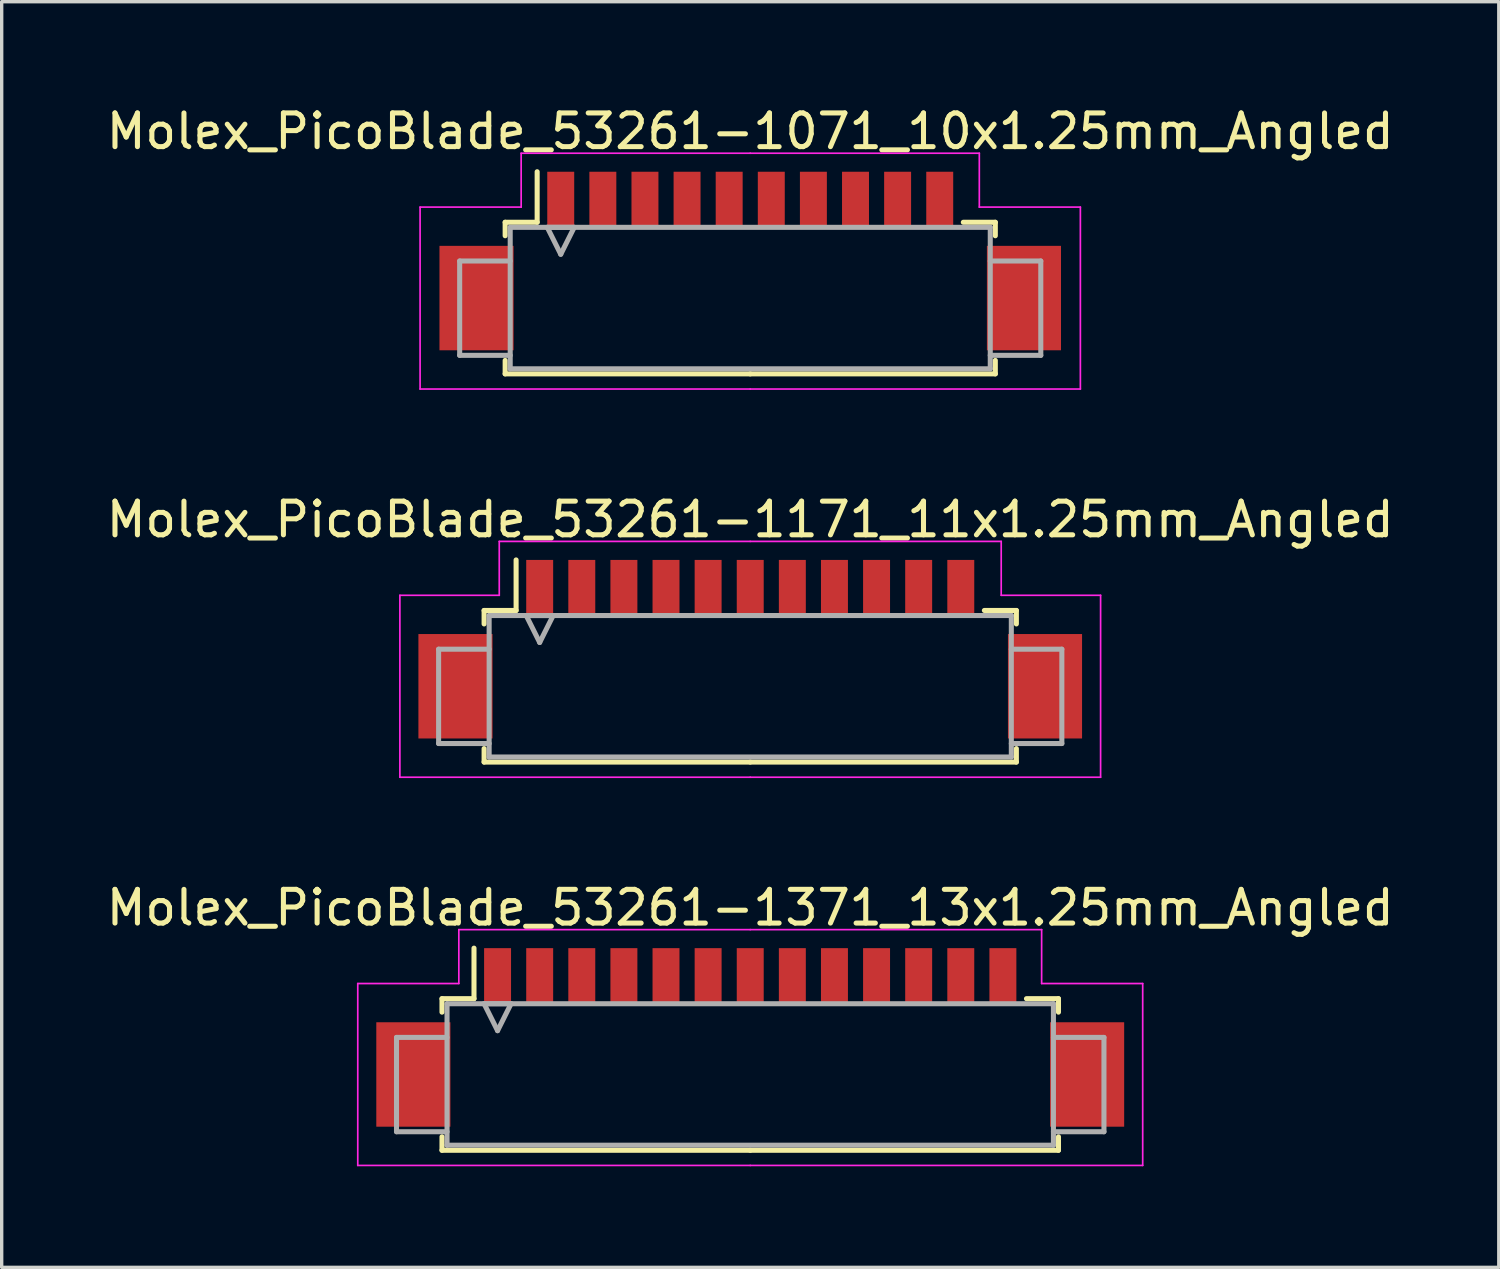
<source format=kicad_pcb>
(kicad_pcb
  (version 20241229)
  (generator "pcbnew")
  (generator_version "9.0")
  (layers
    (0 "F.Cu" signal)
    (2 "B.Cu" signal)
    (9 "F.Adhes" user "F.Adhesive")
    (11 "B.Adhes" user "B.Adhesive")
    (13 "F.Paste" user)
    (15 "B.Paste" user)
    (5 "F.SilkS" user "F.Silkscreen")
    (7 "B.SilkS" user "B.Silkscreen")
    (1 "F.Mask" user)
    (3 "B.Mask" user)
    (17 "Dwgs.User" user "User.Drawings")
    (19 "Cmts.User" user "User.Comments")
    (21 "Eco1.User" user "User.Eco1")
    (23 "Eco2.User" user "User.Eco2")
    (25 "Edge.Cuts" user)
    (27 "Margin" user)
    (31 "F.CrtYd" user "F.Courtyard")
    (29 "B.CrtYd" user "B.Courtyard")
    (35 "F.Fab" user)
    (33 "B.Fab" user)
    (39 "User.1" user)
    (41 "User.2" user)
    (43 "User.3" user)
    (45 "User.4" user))
  (footprint "Molex_PicoBlade_53261-1171_11x1.25mm_Angled"
    (layer "F.Cu")
    (at 19.22 15.871)
    (property "Reference" "Molex_PicoBlade_53261-1171_11x1.25mm_Angled" (at 0 -3.5 0) (layer "F.SilkS") (effects (font (size 1 1) (thickness 0.15))))
    (attr smd)
    (fp_line (start -7.9 -0.8) (end -7.9 -0.4) (stroke (width 0.15) (type solid)) (layer "F.SilkS"))
    (fp_line (start -7.9 3.3) (end -7.9 3.7) (stroke (width 0.15) (type solid)) (layer "F.SilkS"))
    (fp_line (start -7.9 3.7) (end 0 3.7) (stroke (width 0.15) (type solid)) (layer "F.SilkS"))
    (fp_line (start -6.95 -0.8) (end -7.9 -0.8) (stroke (width 0.15) (type solid)) (layer "F.SilkS"))
    (fp_line (start -6.95 -0.8) (end -6.95 -2.3) (stroke (width 0.15) (type solid)) (layer "F.SilkS"))
    (fp_line (start 6.95 -0.8) (end 7.9 -0.8) (stroke (width 0.15) (type solid)) (layer "F.SilkS"))
    (fp_line (start 7.9 -0.8) (end 7.9 -0.4) (stroke (width 0.15) (type solid)) (layer "F.SilkS"))
    (fp_line (start 7.9 3.3) (end 7.9 3.7) (stroke (width 0.15) (type solid)) (layer "F.SilkS"))
    (fp_line (start 7.9 3.7) (end 0 3.7) (stroke (width 0.15) (type solid)) (layer "F.SilkS"))
    (fp_line (start -10.4 -1.25) (end -10.4 4.15) (stroke (width 0.05) (type solid)) (layer "F.CrtYd"))
    (fp_line (start -10.4 4.15) (end 0 4.15) (stroke (width 0.05) (type solid)) (layer "F.CrtYd"))
    (fp_line (start -7.45 -2.85) (end -7.45 -1.25) (stroke (width 0.05) (type solid)) (layer "F.CrtYd"))
    (fp_line (start -7.45 -1.25) (end -10.4 -1.25) (stroke (width 0.05) (type solid)) (layer "F.CrtYd"))
    (fp_line (start 0 -2.85) (end -7.45 -2.85) (stroke (width 0.05) (type solid)) (layer "F.CrtYd"))
    (fp_line (start 0 -2.85) (end 7.45 -2.85) (stroke (width 0.05) (type solid)) (layer "F.CrtYd"))
    (fp_line (start 7.45 -2.85) (end 7.45 -1.25) (stroke (width 0.05) (type solid)) (layer "F.CrtYd"))
    (fp_line (start 7.45 -1.25) (end 10.4 -1.25) (stroke (width 0.05) (type solid)) (layer "F.CrtYd"))
    (fp_line (start 10.4 -1.25) (end 10.4 4.15) (stroke (width 0.05) (type solid)) (layer "F.CrtYd"))
    (fp_line (start 10.4 4.15) (end 0 4.15) (stroke (width 0.05) (type solid)) (layer "F.CrtYd"))
    (fp_line (start -9.25 0.35) (end -9.25 3.15) (stroke (width 0.15) (type solid)) (layer "F.Fab"))
    (fp_line (start -9.25 3.15) (end -7.75 3.15) (stroke (width 0.15) (type solid)) (layer "F.Fab"))
    (fp_line (start -7.75 -0.65) (end 7.75 -0.65) (stroke (width 0.15) (type solid)) (layer "F.Fab"))
    (fp_line (start -7.75 0.35) (end -9.25 0.35) (stroke (width 0.15) (type solid)) (layer "F.Fab"))
    (fp_line (start -7.75 3.55) (end -7.75 -0.65) (stroke (width 0.15) (type solid)) (layer "F.Fab"))
    (fp_line (start -6.65 -0.65) (end -6.25 0.15) (stroke (width 0.15) (type solid)) (layer "F.Fab"))
    (fp_line (start -6.25 0.15) (end -5.85 -0.65) (stroke (width 0.15) (type solid)) (layer "F.Fab"))
    (fp_line (start -5.85 -0.65) (end -6.65 -0.65) (stroke (width 0.15) (type solid)) (layer "F.Fab"))
    (fp_line (start 7.75 -0.65) (end 7.75 3.55) (stroke (width 0.15) (type solid)) (layer "F.Fab"))
    (fp_line (start 7.75 0.35) (end 9.25 0.35) (stroke (width 0.15) (type solid)) (layer "F.Fab"))
    (fp_line (start 7.75 3.55) (end -7.75 3.55) (stroke (width 0.15) (type solid)) (layer "F.Fab"))
    (fp_line (start 9.25 0.35) (end 9.25 3.15) (stroke (width 0.15) (type solid)) (layer "F.Fab"))
    (fp_line (start 9.25 3.15) (end 7.75 3.15) (stroke (width 0.15) (type solid)) (layer "F.Fab"))
    (pad "" smd rect (at -8.75 1.45) (size 2.2 3.1) (layers "F.Cu" "F.Mask" "F.Paste"))
    (pad "" smd rect (at 8.75 1.45) (size 2.2 3.1) (layers "F.Cu" "F.Mask" "F.Paste"))
    (pad "1" smd rect (at -6.25 -1.45) (size 0.8 1.7) (layers "F.Cu" "F.Mask" "F.Paste"))
    (pad "2" smd rect (at -5 -1.45) (size 0.8 1.7) (layers "F.Cu" "F.Mask" "F.Paste"))
    (pad "3" smd rect (at -3.75 -1.45) (size 0.8 1.7) (layers "F.Cu" "F.Mask" "F.Paste"))
    (pad "4" smd rect (at -2.5 -1.45) (size 0.8 1.7) (layers "F.Cu" "F.Mask" "F.Paste"))
    (pad "5" smd rect (at -1.25 -1.45) (size 0.8 1.7) (layers "F.Cu" "F.Mask" "F.Paste"))
    (pad "6" smd rect (at 0 -1.45) (size 0.8 1.7) (layers "F.Cu" "F.Mask" "F.Paste"))
    (pad "7" smd rect (at 1.25 -1.45) (size 0.8 1.7) (layers "F.Cu" "F.Mask" "F.Paste"))
    (pad "8" smd rect (at 2.5 -1.45) (size 0.8 1.7) (layers "F.Cu" "F.Mask" "F.Paste"))
    (pad "9" smd rect (at 3.75 -1.45) (size 0.8 1.7) (layers "F.Cu" "F.Mask" "F.Paste"))
    (pad "10" smd rect (at 5 -1.45) (size 0.8 1.7) (layers "F.Cu" "F.Mask" "F.Paste"))
    (pad "11" smd rect (at 6.25 -1.45) (size 0.8 1.7) (layers "F.Cu" "F.Mask" "F.Paste")))
  (footprint "Molex_PicoBlade_53261-1071_10x1.25mm_Angled"
    (layer "F.Cu")
    (at 19.22 4.348)
    (property "Reference" "Molex_PicoBlade_53261-1071_10x1.25mm_Angled" (at 0 -3.5 0) (layer "F.SilkS") (effects (font (size 1 1) (thickness 0.15))))
    (attr smd)
    (fp_line (start -7.275 -0.8) (end -7.275 -0.4) (stroke (width 0.15) (type solid)) (layer "F.SilkS"))
    (fp_line (start -7.275 3.3) (end -7.275 3.7) (stroke (width 0.15) (type solid)) (layer "F.SilkS"))
    (fp_line (start -7.275 3.7) (end 0 3.7) (stroke (width 0.15) (type solid)) (layer "F.SilkS"))
    (fp_line (start -6.325 -0.8) (end -7.275 -0.8) (stroke (width 0.15) (type solid)) (layer "F.SilkS"))
    (fp_line (start -6.325 -0.8) (end -6.325 -2.3) (stroke (width 0.15) (type solid)) (layer "F.SilkS"))
    (fp_line (start 6.325 -0.8) (end 7.275 -0.8) (stroke (width 0.15) (type solid)) (layer "F.SilkS"))
    (fp_line (start 7.275 -0.8) (end 7.275 -0.4) (stroke (width 0.15) (type solid)) (layer "F.SilkS"))
    (fp_line (start 7.275 3.3) (end 7.275 3.7) (stroke (width 0.15) (type solid)) (layer "F.SilkS"))
    (fp_line (start 7.275 3.7) (end 0 3.7) (stroke (width 0.15) (type solid)) (layer "F.SilkS"))
    (fp_line (start -9.8 -1.25) (end -9.8 4.15) (stroke (width 0.05) (type solid)) (layer "F.CrtYd"))
    (fp_line (start -9.8 4.15) (end 0 4.15) (stroke (width 0.05) (type solid)) (layer "F.CrtYd"))
    (fp_line (start -6.8 -2.85) (end -6.8 -1.25) (stroke (width 0.05) (type solid)) (layer "F.CrtYd"))
    (fp_line (start -6.8 -1.25) (end -9.8 -1.25) (stroke (width 0.05) (type solid)) (layer "F.CrtYd"))
    (fp_line (start 0 -2.85) (end -6.8 -2.85) (stroke (width 0.05) (type solid)) (layer "F.CrtYd"))
    (fp_line (start 0 -2.85) (end 6.8 -2.85) (stroke (width 0.05) (type solid)) (layer "F.CrtYd"))
    (fp_line (start 6.8 -2.85) (end 6.8 -1.25) (stroke (width 0.05) (type solid)) (layer "F.CrtYd"))
    (fp_line (start 6.8 -1.25) (end 9.8 -1.25) (stroke (width 0.05) (type solid)) (layer "F.CrtYd"))
    (fp_line (start 9.8 -1.25) (end 9.8 4.15) (stroke (width 0.05) (type solid)) (layer "F.CrtYd"))
    (fp_line (start 9.8 4.15) (end 0 4.15) (stroke (width 0.05) (type solid)) (layer "F.CrtYd"))
    (fp_line (start -8.625 0.35) (end -8.625 3.15) (stroke (width 0.15) (type solid)) (layer "F.Fab"))
    (fp_line (start -8.625 3.15) (end -7.125 3.15) (stroke (width 0.15) (type solid)) (layer "F.Fab"))
    (fp_line (start -7.125 -0.65) (end 7.125 -0.65) (stroke (width 0.15) (type solid)) (layer "F.Fab"))
    (fp_line (start -7.125 0.35) (end -8.625 0.35) (stroke (width 0.15) (type solid)) (layer "F.Fab"))
    (fp_line (start -7.125 3.55) (end -7.125 -0.65) (stroke (width 0.15) (type solid)) (layer "F.Fab"))
    (fp_line (start -6.025 -0.65) (end -5.625 0.15) (stroke (width 0.15) (type solid)) (layer "F.Fab"))
    (fp_line (start -5.625 0.15) (end -5.225 -0.65) (stroke (width 0.15) (type solid)) (layer "F.Fab"))
    (fp_line (start -5.225 -0.65) (end -6.025 -0.65) (stroke (width 0.15) (type solid)) (layer "F.Fab"))
    (fp_line (start 7.125 -0.65) (end 7.125 3.55) (stroke (width 0.15) (type solid)) (layer "F.Fab"))
    (fp_line (start 7.125 0.35) (end 8.625 0.35) (stroke (width 0.15) (type solid)) (layer "F.Fab"))
    (fp_line (start 7.125 3.55) (end -7.125 3.55) (stroke (width 0.15) (type solid)) (layer "F.Fab"))
    (fp_line (start 8.625 0.35) (end 8.625 3.15) (stroke (width 0.15) (type solid)) (layer "F.Fab"))
    (fp_line (start 8.625 3.15) (end 7.125 3.15) (stroke (width 0.15) (type solid)) (layer "F.Fab"))
    (pad "" smd rect (at -8.125 1.45) (size 2.2 3.1) (layers "F.Cu" "F.Mask" "F.Paste"))
    (pad "" smd rect (at 8.125 1.45) (size 2.2 3.1) (layers "F.Cu" "F.Mask" "F.Paste"))
    (pad "1" smd rect (at -5.625 -1.45) (size 0.8 1.7) (layers "F.Cu" "F.Mask" "F.Paste"))
    (pad "2" smd rect (at -4.375 -1.45) (size 0.8 1.7) (layers "F.Cu" "F.Mask" "F.Paste"))
    (pad "3" smd rect (at -3.125 -1.45) (size 0.8 1.7) (layers "F.Cu" "F.Mask" "F.Paste"))
    (pad "4" smd rect (at -1.875 -1.45) (size 0.8 1.7) (layers "F.Cu" "F.Mask" "F.Paste"))
    (pad "5" smd rect (at -0.625 -1.45) (size 0.8 1.7) (layers "F.Cu" "F.Mask" "F.Paste"))
    (pad "6" smd rect (at 0.625 -1.45) (size 0.8 1.7) (layers "F.Cu" "F.Mask" "F.Paste"))
    (pad "7" smd rect (at 1.875 -1.45) (size 0.8 1.7) (layers "F.Cu" "F.Mask" "F.Paste"))
    (pad "8" smd rect (at 3.125 -1.45) (size 0.8 1.7) (layers "F.Cu" "F.Mask" "F.Paste"))
    (pad "9" smd rect (at 4.375 -1.45) (size 0.8 1.7) (layers "F.Cu" "F.Mask" "F.Paste"))
    (pad "10" smd rect (at 5.625 -1.45) (size 0.8 1.7) (layers "F.Cu" "F.Mask" "F.Paste")))
  (footprint "Molex_PicoBlade_53261-1371_13x1.25mm_Angled"
    (layer "F.Cu")
    (at 19.22 27.395)
    (property "Reference" "Molex_PicoBlade_53261-1371_13x1.25mm_Angled" (at 0 -3.5 0) (layer "F.SilkS") (effects (font (size 1 1) (thickness 0.15))))
    (attr smd)
    (fp_line (start -9.15 -0.8) (end -9.15 -0.4) (stroke (width 0.15) (type solid)) (layer "F.SilkS"))
    (fp_line (start -9.15 3.3) (end -9.15 3.7) (stroke (width 0.15) (type solid)) (layer "F.SilkS"))
    (fp_line (start -9.15 3.7) (end 0 3.7) (stroke (width 0.15) (type solid)) (layer "F.SilkS"))
    (fp_line (start -8.2 -0.8) (end -9.15 -0.8) (stroke (width 0.15) (type solid)) (layer "F.SilkS"))
    (fp_line (start -8.2 -0.8) (end -8.2 -2.3) (stroke (width 0.15) (type solid)) (layer "F.SilkS"))
    (fp_line (start 8.2 -0.8) (end 9.15 -0.8) (stroke (width 0.15) (type solid)) (layer "F.SilkS"))
    (fp_line (start 9.15 -0.8) (end 9.15 -0.4) (stroke (width 0.15) (type solid)) (layer "F.SilkS"))
    (fp_line (start 9.15 3.3) (end 9.15 3.7) (stroke (width 0.15) (type solid)) (layer "F.SilkS"))
    (fp_line (start 9.15 3.7) (end 0 3.7) (stroke (width 0.15) (type solid)) (layer "F.SilkS"))
    (fp_line (start -11.65 -1.25) (end -11.65 4.15) (stroke (width 0.05) (type solid)) (layer "F.CrtYd"))
    (fp_line (start -11.65 4.15) (end 0 4.15) (stroke (width 0.05) (type solid)) (layer "F.CrtYd"))
    (fp_line (start -8.65 -2.85) (end -8.65 -1.25) (stroke (width 0.05) (type solid)) (layer "F.CrtYd"))
    (fp_line (start -8.65 -1.25) (end -11.65 -1.25) (stroke (width 0.05) (type solid)) (layer "F.CrtYd"))
    (fp_line (start 0 -2.85) (end -8.65 -2.85) (stroke (width 0.05) (type solid)) (layer "F.CrtYd"))
    (fp_line (start 0 -2.85) (end 8.65 -2.85) (stroke (width 0.05) (type solid)) (layer "F.CrtYd"))
    (fp_line (start 8.65 -2.85) (end 8.65 -1.25) (stroke (width 0.05) (type solid)) (layer "F.CrtYd"))
    (fp_line (start 8.65 -1.25) (end 11.65 -1.25) (stroke (width 0.05) (type solid)) (layer "F.CrtYd"))
    (fp_line (start 11.65 -1.25) (end 11.65 4.15) (stroke (width 0.05) (type solid)) (layer "F.CrtYd"))
    (fp_line (start 11.65 4.15) (end 0 4.15) (stroke (width 0.05) (type solid)) (layer "F.CrtYd"))
    (fp_line (start -10.5 0.35) (end -10.5 3.15) (stroke (width 0.15) (type solid)) (layer "F.Fab"))
    (fp_line (start -10.5 3.15) (end -9 3.15) (stroke (width 0.15) (type solid)) (layer "F.Fab"))
    (fp_line (start -9 -0.65) (end 9 -0.65) (stroke (width 0.15) (type solid)) (layer "F.Fab"))
    (fp_line (start -9 0.35) (end -10.5 0.35) (stroke (width 0.15) (type solid)) (layer "F.Fab"))
    (fp_line (start -9 3.55) (end -9 -0.65) (stroke (width 0.15) (type solid)) (layer "F.Fab"))
    (fp_line (start -7.9 -0.65) (end -7.5 0.15) (stroke (width 0.15) (type solid)) (layer "F.Fab"))
    (fp_line (start -7.5 0.15) (end -7.1 -0.65) (stroke (width 0.15) (type solid)) (layer "F.Fab"))
    (fp_line (start -7.1 -0.65) (end -7.9 -0.65) (stroke (width 0.15) (type solid)) (layer "F.Fab"))
    (fp_line (start 9 -0.65) (end 9 3.55) (stroke (width 0.15) (type solid)) (layer "F.Fab"))
    (fp_line (start 9 0.35) (end 10.5 0.35) (stroke (width 0.15) (type solid)) (layer "F.Fab"))
    (fp_line (start 9 3.55) (end -9 3.55) (stroke (width 0.15) (type solid)) (layer "F.Fab"))
    (fp_line (start 10.5 0.35) (end 10.5 3.15) (stroke (width 0.15) (type solid)) (layer "F.Fab"))
    (fp_line (start 10.5 3.15) (end 9 3.15) (stroke (width 0.15) (type solid)) (layer "F.Fab"))
    (pad "" smd rect (at -10 1.45) (size 2.2 3.1) (layers "F.Cu" "F.Mask" "F.Paste"))
    (pad "" smd rect (at 10 1.45) (size 2.2 3.1) (layers "F.Cu" "F.Mask" "F.Paste"))
    (pad "1" smd rect (at -7.5 -1.45) (size 0.8 1.7) (layers "F.Cu" "F.Mask" "F.Paste"))
    (pad "2" smd rect (at -6.25 -1.45) (size 0.8 1.7) (layers "F.Cu" "F.Mask" "F.Paste"))
    (pad "3" smd rect (at -5 -1.45) (size 0.8 1.7) (layers "F.Cu" "F.Mask" "F.Paste"))
    (pad "4" smd rect (at -3.75 -1.45) (size 0.8 1.7) (layers "F.Cu" "F.Mask" "F.Paste"))
    (pad "5" smd rect (at -2.5 -1.45) (size 0.8 1.7) (layers "F.Cu" "F.Mask" "F.Paste"))
    (pad "6" smd rect (at -1.25 -1.45) (size 0.8 1.7) (layers "F.Cu" "F.Mask" "F.Paste"))
    (pad "7" smd rect (at 0 -1.45) (size 0.8 1.7) (layers "F.Cu" "F.Mask" "F.Paste"))
    (pad "8" smd rect (at 1.25 -1.45) (size 0.8 1.7) (layers "F.Cu" "F.Mask" "F.Paste"))
    (pad "9" smd rect (at 2.5 -1.45) (size 0.8 1.7) (layers "F.Cu" "F.Mask" "F.Paste"))
    (pad "10" smd rect (at 3.75 -1.45) (size 0.8 1.7) (layers "F.Cu" "F.Mask" "F.Paste"))
    (pad "11" smd rect (at 5 -1.45) (size 0.8 1.7) (layers "F.Cu" "F.Mask" "F.Paste"))
    (pad "12" smd rect (at 6.25 -1.45) (size 0.8 1.7) (layers "F.Cu" "F.Mask" "F.Paste"))
    (pad "13" smd rect (at 7.5 -1.45) (size 0.8 1.7) (layers "F.Cu" "F.Mask" "F.Paste")))
  (gr_rect
    (start -3 -3)
    (end 41.44 34.57)
    (stroke (width 0.1) (type default))
    (fill no)
    (layer "Edge.Cuts")))
</source>
